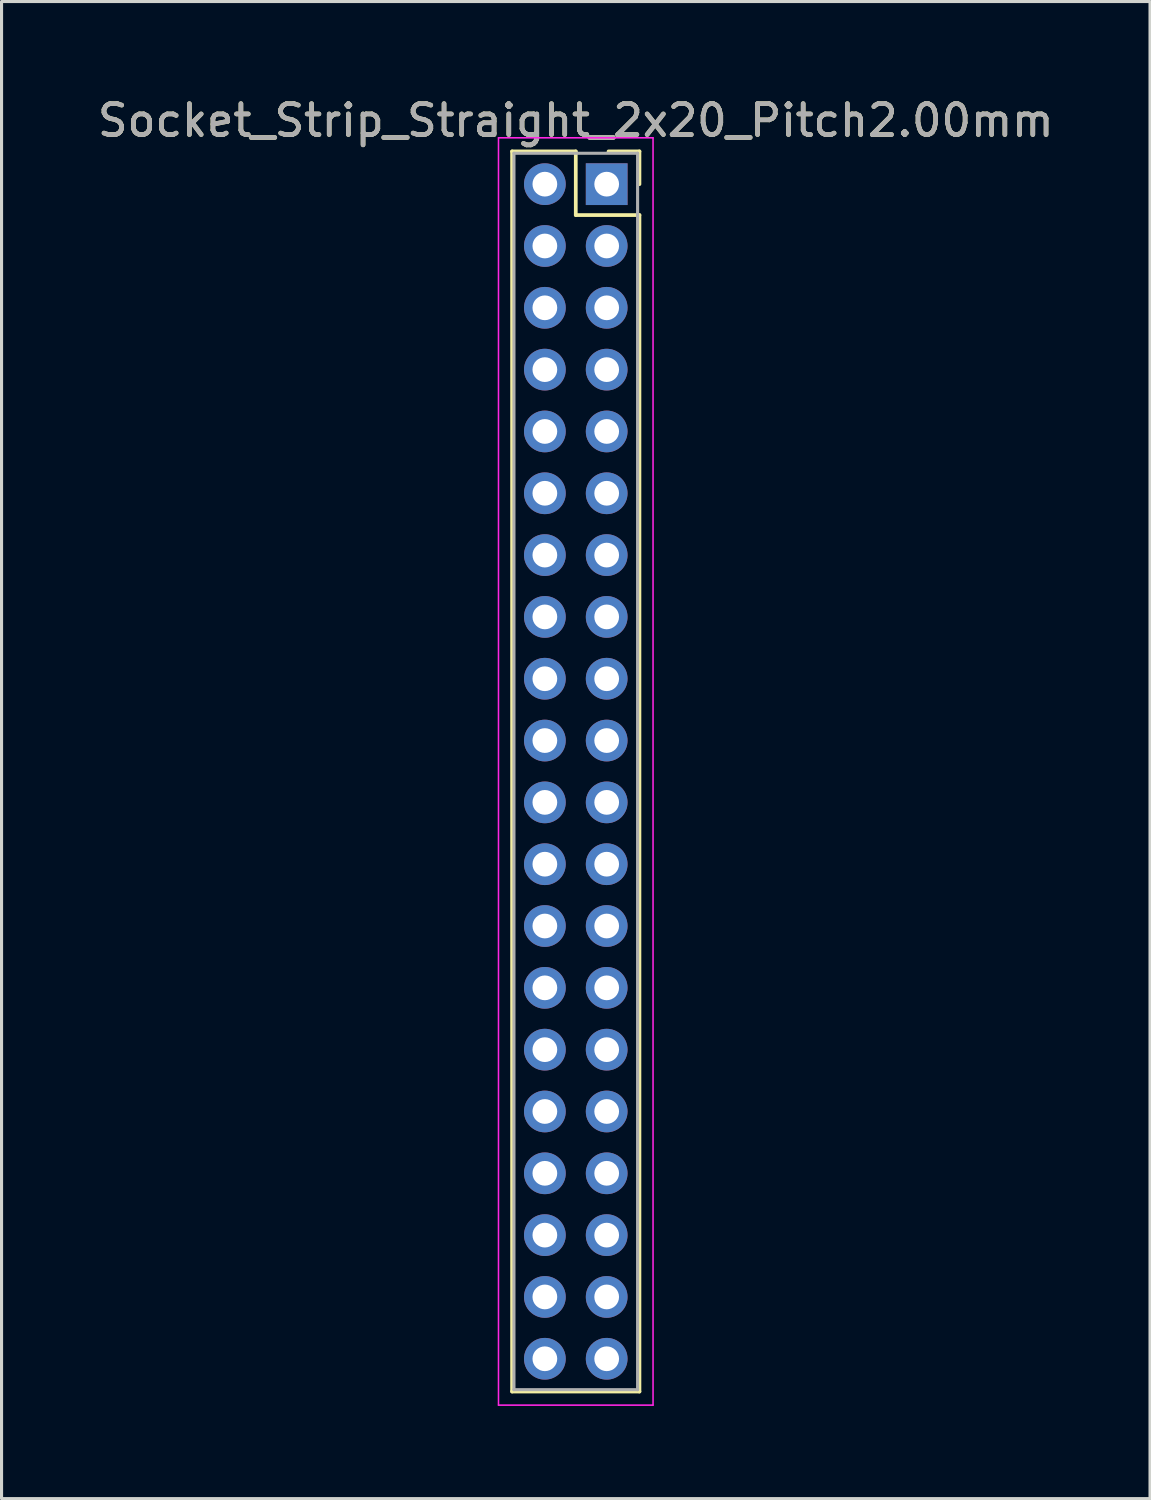
<source format=kicad_pcb>
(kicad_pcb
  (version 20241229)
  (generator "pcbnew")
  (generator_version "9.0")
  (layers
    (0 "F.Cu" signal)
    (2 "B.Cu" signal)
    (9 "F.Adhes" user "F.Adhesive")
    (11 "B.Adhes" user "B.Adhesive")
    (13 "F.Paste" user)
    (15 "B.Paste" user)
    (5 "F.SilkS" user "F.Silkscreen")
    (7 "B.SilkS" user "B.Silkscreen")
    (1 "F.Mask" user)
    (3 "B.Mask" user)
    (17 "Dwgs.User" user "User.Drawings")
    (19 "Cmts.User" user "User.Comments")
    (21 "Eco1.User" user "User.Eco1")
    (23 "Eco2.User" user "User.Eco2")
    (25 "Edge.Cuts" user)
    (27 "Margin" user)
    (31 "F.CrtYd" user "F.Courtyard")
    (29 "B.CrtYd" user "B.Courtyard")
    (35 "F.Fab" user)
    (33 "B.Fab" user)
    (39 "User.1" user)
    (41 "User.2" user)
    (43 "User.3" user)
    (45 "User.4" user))
  (footprint "Socket_Strip_Straight_2x20_Pitch2.00mm"
    (layer "F.Cu")
    (at 16.577 2.908)
    (property "Reference" "Socket_Strip_Straight_2x20_Pitch2.00mm" (at -1 -2.06 0) (layer "F.SilkS") (effects (font (size 1 1) (thickness 0.15))))
    (attr through_hole)
    (fp_line (start -3.06 -1.06) (end -1 -1.06) (stroke (width 0.12) (type solid)) (layer "F.SilkS"))
    (fp_line (start -3.06 39.06) (end -3.06 -1.06) (stroke (width 0.12) (type solid)) (layer "F.SilkS"))
    (fp_line (start -1 -1.06) (end -1 1) (stroke (width 0.12) (type solid)) (layer "F.SilkS"))
    (fp_line (start -1 1) (end 1.06 1) (stroke (width 0.12) (type solid)) (layer "F.SilkS"))
    (fp_line (start 1.06 -1.06) (end 0.06 -1.06) (stroke (width 0.12) (type solid)) (layer "F.SilkS"))
    (fp_line (start 1.06 0) (end 1.06 -1.06) (stroke (width 0.12) (type solid)) (layer "F.SilkS"))
    (fp_line (start 1.06 1) (end 1.06 39.06) (stroke (width 0.12) (type solid)) (layer "F.SilkS"))
    (fp_line (start 1.06 39.06) (end -3.06 39.06) (stroke (width 0.12) (type solid)) (layer "F.SilkS"))
    (fp_line (start -3.5 -1.5) (end -3.5 39.5) (stroke (width 0.05) (type solid)) (layer "F.CrtYd"))
    (fp_line (start -3.5 39.5) (end 1.5 39.5) (stroke (width 0.05) (type solid)) (layer "F.CrtYd"))
    (fp_line (start 1.5 -1.5) (end -3.5 -1.5) (stroke (width 0.05) (type solid)) (layer "F.CrtYd"))
    (fp_line (start 1.5 39.5) (end 1.5 -1.5) (stroke (width 0.05) (type solid)) (layer "F.CrtYd"))
    (fp_line (start -3 -1) (end -3 39) (stroke (width 0.1) (type solid)) (layer "F.Fab"))
    (fp_line (start -3 39) (end 1 39) (stroke (width 0.1) (type solid)) (layer "F.Fab"))
    (fp_line (start 1 -1) (end -3 -1) (stroke (width 0.1) (type solid)) (layer "F.Fab"))
    (fp_line (start 1 39) (end 1 -1) (stroke (width 0.1) (type solid)) (layer "F.Fab"))
    (fp_text user "${REFERENCE}" (at -1 -2.06 0) (layer "F.Fab") (effects (font (size 1 1) (thickness 0.15))))
    (pad "1" thru_hole rect (at 0 0) (size 1.35 1.35) (drill 0.8) (layers "*.Cu" "*.Mask"))
    (pad "2" thru_hole oval (at -2 0) (size 1.35 1.35) (drill 0.8) (layers "*.Cu" "*.Mask"))
    (pad "3" thru_hole oval (at 0 2) (size 1.35 1.35) (drill 0.8) (layers "*.Cu" "*.Mask"))
    (pad "4" thru_hole oval (at -2 2) (size 1.35 1.35) (drill 0.8) (layers "*.Cu" "*.Mask"))
    (pad "5" thru_hole oval (at 0 4) (size 1.35 1.35) (drill 0.8) (layers "*.Cu" "*.Mask"))
    (pad "6" thru_hole oval (at -2 4) (size 1.35 1.35) (drill 0.8) (layers "*.Cu" "*.Mask"))
    (pad "7" thru_hole oval (at 0 6) (size 1.35 1.35) (drill 0.8) (layers "*.Cu" "*.Mask"))
    (pad "8" thru_hole oval (at -2 6) (size 1.35 1.35) (drill 0.8) (layers "*.Cu" "*.Mask"))
    (pad "9" thru_hole oval (at 0 8) (size 1.35 1.35) (drill 0.8) (layers "*.Cu" "*.Mask"))
    (pad "10" thru_hole oval (at -2 8) (size 1.35 1.35) (drill 0.8) (layers "*.Cu" "*.Mask"))
    (pad "11" thru_hole oval (at 0 10) (size 1.35 1.35) (drill 0.8) (layers "*.Cu" "*.Mask"))
    (pad "12" thru_hole oval (at -2 10) (size 1.35 1.35) (drill 0.8) (layers "*.Cu" "*.Mask"))
    (pad "13" thru_hole oval (at 0 12) (size 1.35 1.35) (drill 0.8) (layers "*.Cu" "*.Mask"))
    (pad "14" thru_hole oval (at -2 12) (size 1.35 1.35) (drill 0.8) (layers "*.Cu" "*.Mask"))
    (pad "15" thru_hole oval (at 0 14) (size 1.35 1.35) (drill 0.8) (layers "*.Cu" "*.Mask"))
    (pad "16" thru_hole oval (at -2 14) (size 1.35 1.35) (drill 0.8) (layers "*.Cu" "*.Mask"))
    (pad "17" thru_hole oval (at 0 16) (size 1.35 1.35) (drill 0.8) (layers "*.Cu" "*.Mask"))
    (pad "18" thru_hole oval (at -2 16) (size 1.35 1.35) (drill 0.8) (layers "*.Cu" "*.Mask"))
    (pad "19" thru_hole oval (at 0 18) (size 1.35 1.35) (drill 0.8) (layers "*.Cu" "*.Mask"))
    (pad "20" thru_hole oval (at -2 18) (size 1.35 1.35) (drill 0.8) (layers "*.Cu" "*.Mask"))
    (pad "21" thru_hole oval (at 0 20) (size 1.35 1.35) (drill 0.8) (layers "*.Cu" "*.Mask"))
    (pad "22" thru_hole oval (at -2 20) (size 1.35 1.35) (drill 0.8) (layers "*.Cu" "*.Mask"))
    (pad "23" thru_hole oval (at 0 22) (size 1.35 1.35) (drill 0.8) (layers "*.Cu" "*.Mask"))
    (pad "24" thru_hole oval (at -2 22) (size 1.35 1.35) (drill 0.8) (layers "*.Cu" "*.Mask"))
    (pad "25" thru_hole oval (at 0 24) (size 1.35 1.35) (drill 0.8) (layers "*.Cu" "*.Mask"))
    (pad "26" thru_hole oval (at -2 24) (size 1.35 1.35) (drill 0.8) (layers "*.Cu" "*.Mask"))
    (pad "27" thru_hole oval (at 0 26) (size 1.35 1.35) (drill 0.8) (layers "*.Cu" "*.Mask"))
    (pad "28" thru_hole oval (at -2 26) (size 1.35 1.35) (drill 0.8) (layers "*.Cu" "*.Mask"))
    (pad "29" thru_hole oval (at 0 28) (size 1.35 1.35) (drill 0.8) (layers "*.Cu" "*.Mask"))
    (pad "30" thru_hole oval (at -2 28) (size 1.35 1.35) (drill 0.8) (layers "*.Cu" "*.Mask"))
    (pad "31" thru_hole oval (at 0 30) (size 1.35 1.35) (drill 0.8) (layers "*.Cu" "*.Mask"))
    (pad "32" thru_hole oval (at -2 30) (size 1.35 1.35) (drill 0.8) (layers "*.Cu" "*.Mask"))
    (pad "33" thru_hole oval (at 0 32) (size 1.35 1.35) (drill 0.8) (layers "*.Cu" "*.Mask"))
    (pad "34" thru_hole oval (at -2 32) (size 1.35 1.35) (drill 0.8) (layers "*.Cu" "*.Mask"))
    (pad "35" thru_hole oval (at 0 34) (size 1.35 1.35) (drill 0.8) (layers "*.Cu" "*.Mask"))
    (pad "36" thru_hole oval (at -2 34) (size 1.35 1.35) (drill 0.8) (layers "*.Cu" "*.Mask"))
    (pad "37" thru_hole oval (at 0 36) (size 1.35 1.35) (drill 0.8) (layers "*.Cu" "*.Mask"))
    (pad "38" thru_hole oval (at -2 36) (size 1.35 1.35) (drill 0.8) (layers "*.Cu" "*.Mask"))
    (pad "39" thru_hole oval (at 0 38) (size 1.35 1.35) (drill 0.8) (layers "*.Cu" "*.Mask"))
    (pad "40" thru_hole oval (at -2 38) (size 1.35 1.35) (drill 0.8) (layers "*.Cu" "*.Mask")))
  (gr_rect
    (start -3 -3)
    (end 34.155 45.433)
    (stroke (width 0.1) (type default))
    (fill no)
    (layer "Edge.Cuts")))
</source>
